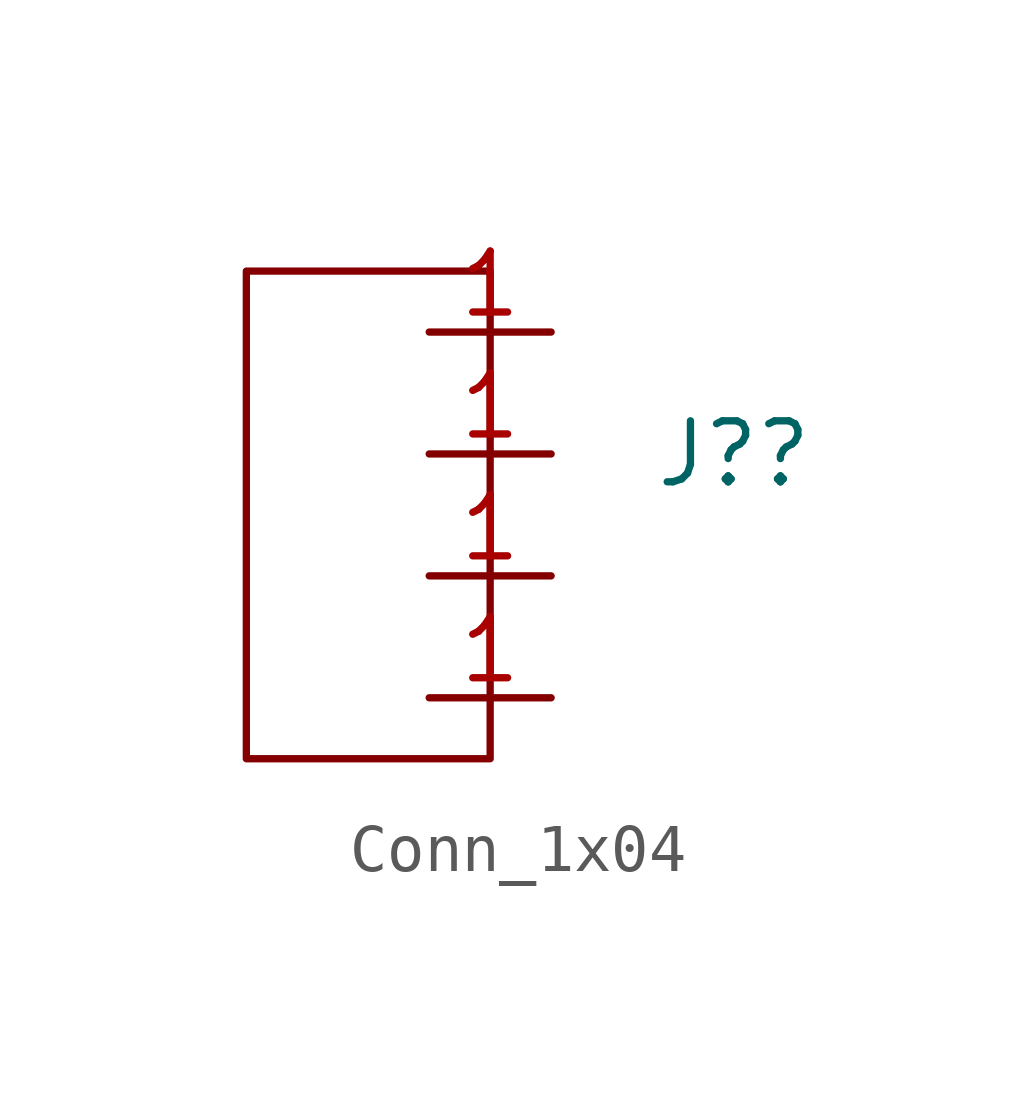
<source format=kicad_sym>
(kicad_symbol_lib
  (version 20231120)
  (generator "kicad_symbol_editor")
  (generator_version "8.0")
  (symbol "Conn_1x04"
    (property "Reference" "J?"
      (at 0 0 0)
      (effects (font (size 1.27 1.27))))
    (property "Value" ""
      (at 0 0 0)
      (effects (font (size 1.27 1.27))))
    (symbol "Conn_1x04_0_1"
      (rectangle (start -10.16 3.81) (end -5.08 -6.35) (stroke (width 0) (type default)) (fill (type none))))
    (symbol "Conn_1x04_1_1"
      (pin passive line (at -6.35 -5.08 0) (length 2.54) (name "" (effects (font (size 1.27 1.27)))) (number "1" (effects (font (size 1.27 1.27)))))
      (pin passive line (at -6.35 -2.54 0) (length 2.54) (name "" (effects (font (size 1.27 1.27)))) (number "1" (effects (font (size 1.27 1.27)))))
      (pin passive line (at -6.35 0 0) (length 2.54) (name "" (effects (font (size 1.27 1.27)))) (number "1" (effects (font (size 1.27 1.27)))))
      (pin passive line (at -6.35 2.54 0) (length 2.54) (name "" (effects (font (size 1.27 1.27)))) (number "1" (effects (font (size 1.27 1.27))))))))
</source>
